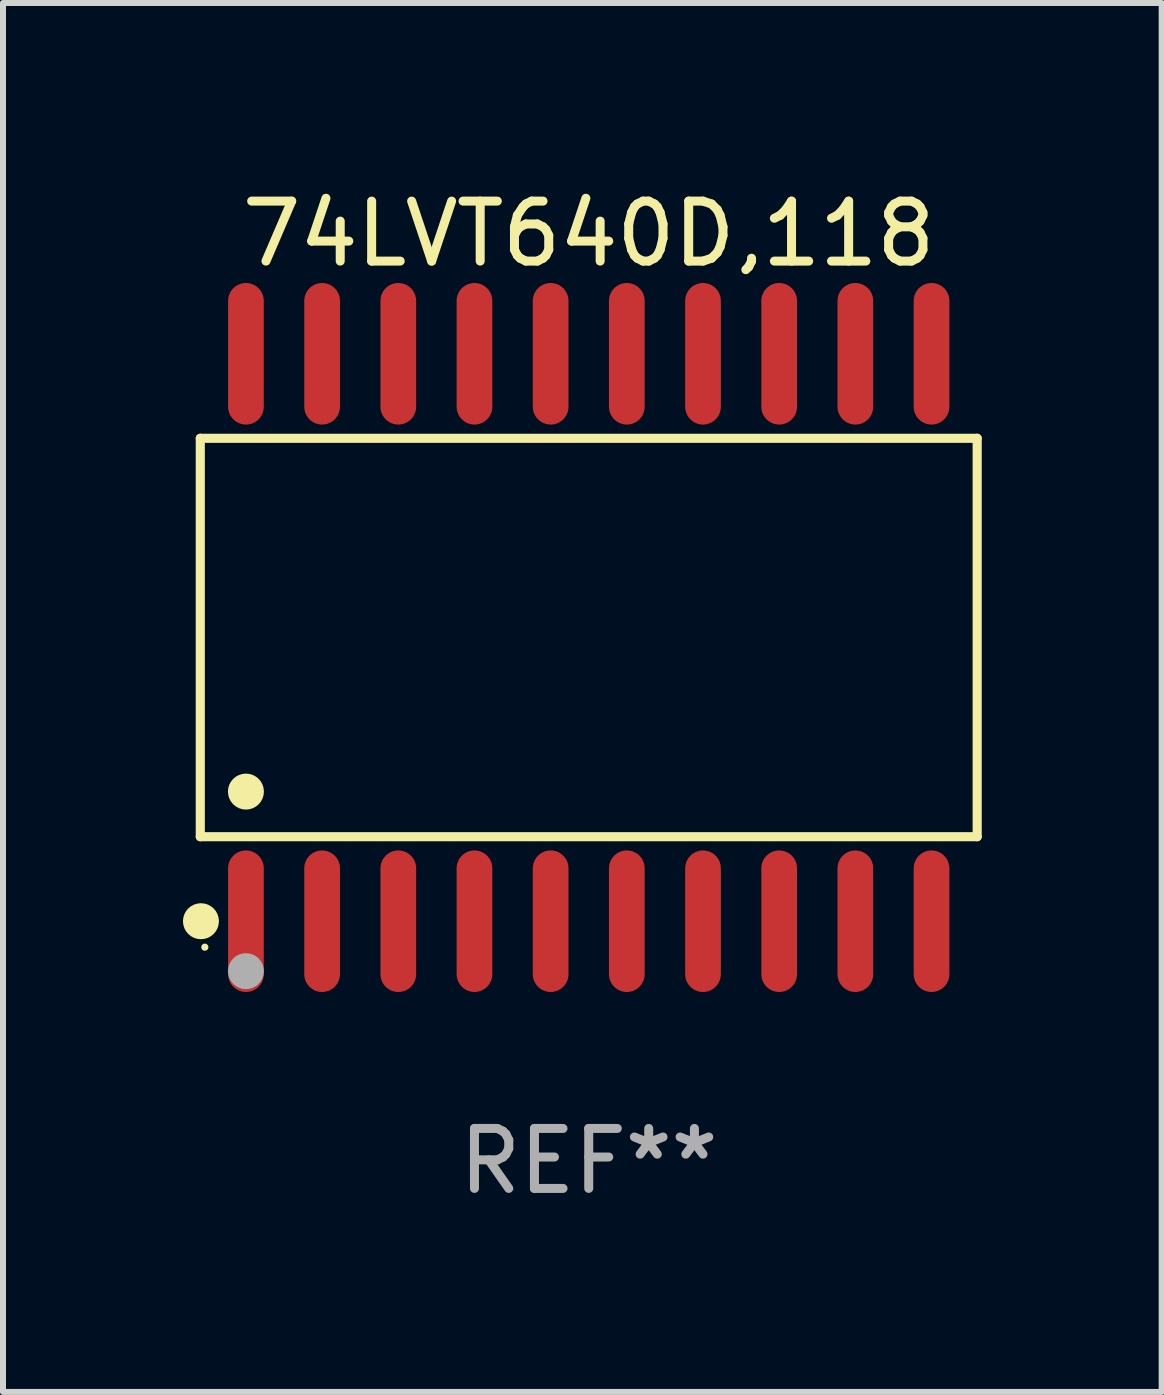
<source format=kicad_pcb>
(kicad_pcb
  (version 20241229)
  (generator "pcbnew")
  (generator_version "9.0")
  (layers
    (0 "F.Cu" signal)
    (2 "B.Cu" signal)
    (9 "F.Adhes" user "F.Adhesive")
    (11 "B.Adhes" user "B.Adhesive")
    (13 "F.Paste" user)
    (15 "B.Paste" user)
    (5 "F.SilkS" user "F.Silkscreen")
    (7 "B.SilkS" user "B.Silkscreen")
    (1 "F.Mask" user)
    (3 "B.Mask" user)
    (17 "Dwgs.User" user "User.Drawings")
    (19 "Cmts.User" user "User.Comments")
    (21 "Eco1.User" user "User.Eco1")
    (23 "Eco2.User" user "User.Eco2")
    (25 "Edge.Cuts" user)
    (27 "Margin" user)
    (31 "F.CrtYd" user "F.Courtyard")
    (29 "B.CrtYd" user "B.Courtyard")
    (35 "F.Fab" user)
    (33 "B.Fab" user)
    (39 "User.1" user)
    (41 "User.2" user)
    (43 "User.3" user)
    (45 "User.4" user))
  (footprint "74LVT640D,118"
    (layer "F.Cu")
    (at 6.765 7.578)
    (property "Reference" "74LVT640D,118" (at 0 -6.73 0) (layer "F.SilkS") (effects (font (size 1 1) (thickness 0.15))))
    (attr through_hole)
    (fp_line (start -6.476 -3.321) (end 6.476 -3.321) (stroke (width 0.152) (type solid)) (layer "F.SilkS"))
    (fp_line (start -6.476 3.321) (end -6.476 -3.321) (stroke (width 0.152) (type solid)) (layer "F.SilkS"))
    (fp_line (start 6.476 -3.321) (end 6.476 3.321) (stroke (width 0.152) (type solid)) (layer "F.SilkS"))
    (fp_line (start 6.476 3.321) (end -6.476 3.321) (stroke (width 0.152) (type solid)) (layer "F.SilkS"))
    (fp_circle (center -6.465 4.73) (end -6.315 4.73) (stroke (width 0.3) (type solid)) (fill no) (layer "F.SilkS"))
    (fp_circle (center -6.4 5.163) (end -6.37 5.163) (stroke (width 0.06) (type solid)) (fill no) (layer "F.SilkS"))
    (fp_circle (center -5.715 2.569) (end -5.565 2.569) (stroke (width 0.3) (type solid)) (fill no) (layer "F.SilkS"))
    (fp_circle (center -5.715 5.563) (end -5.565 5.563) (stroke (width 0.3) (type solid)) (fill no) (layer "F.Fab"))
    (fp_text user "REF**" (at 0 8.73 0) (layer "F.Fab") (effects (font (size 1 1) (thickness 0.15))))
    (pad "1" smd oval (at -5.715 4.73) (size 0.595 2.36) (layers "F.Cu" "F.Mask" "F.Paste"))
    (pad "2" smd oval (at -4.445 4.73) (size 0.595 2.36) (layers "F.Cu" "F.Mask" "F.Paste"))
    (pad "3" smd oval (at -3.175 4.73) (size 0.595 2.36) (layers "F.Cu" "F.Mask" "F.Paste"))
    (pad "4" smd oval (at -1.905 4.73) (size 0.595 2.36) (layers "F.Cu" "F.Mask" "F.Paste"))
    (pad "5" smd oval (at -0.635 4.73) (size 0.595 2.36) (layers "F.Cu" "F.Mask" "F.Paste"))
    (pad "6" smd oval (at 0.635 4.73) (size 0.595 2.36) (layers "F.Cu" "F.Mask" "F.Paste"))
    (pad "7" smd oval (at 1.905 4.73) (size 0.595 2.36) (layers "F.Cu" "F.Mask" "F.Paste"))
    (pad "8" smd oval (at 3.175 4.73) (size 0.595 2.36) (layers "F.Cu" "F.Mask" "F.Paste"))
    (pad "9" smd oval (at 4.445 4.73) (size 0.595 2.36) (layers "F.Cu" "F.Mask" "F.Paste"))
    (pad "10" smd oval (at 5.715 4.73) (size 0.595 2.36) (layers "F.Cu" "F.Mask" "F.Paste"))
    (pad "11" smd oval (at 5.715 -4.73) (size 0.595 2.36) (layers "F.Cu" "F.Mask" "F.Paste"))
    (pad "12" smd oval (at 4.445 -4.73) (size 0.595 2.36) (layers "F.Cu" "F.Mask" "F.Paste"))
    (pad "13" smd oval (at 3.175 -4.73) (size 0.595 2.36) (layers "F.Cu" "F.Mask" "F.Paste"))
    (pad "14" smd oval (at 1.905 -4.73) (size 0.595 2.36) (layers "F.Cu" "F.Mask" "F.Paste"))
    (pad "15" smd oval (at 0.635 -4.73) (size 0.595 2.36) (layers "F.Cu" "F.Mask" "F.Paste"))
    (pad "16" smd oval (at -0.635 -4.73) (size 0.595 2.36) (layers "F.Cu" "F.Mask" "F.Paste"))
    (pad "17" smd oval (at -1.905 -4.73) (size 0.595 2.36) (layers "F.Cu" "F.Mask" "F.Paste"))
    (pad "18" smd oval (at -3.175 -4.73) (size 0.595 2.36) (layers "F.Cu" "F.Mask" "F.Paste"))
    (pad "19" smd oval (at -4.445 -4.73) (size 0.595 2.36) (layers "F.Cu" "F.Mask" "F.Paste"))
    (pad "20" smd oval (at -5.715 -4.73) (size 0.595 2.36) (layers "F.Cu" "F.Mask" "F.Paste")))
  (gr_rect
    (start -3 -3)
    (end 16.317 20.156)
    (stroke (width 0.1) (type default))
    (fill no)
    (layer "Edge.Cuts")))
</source>
